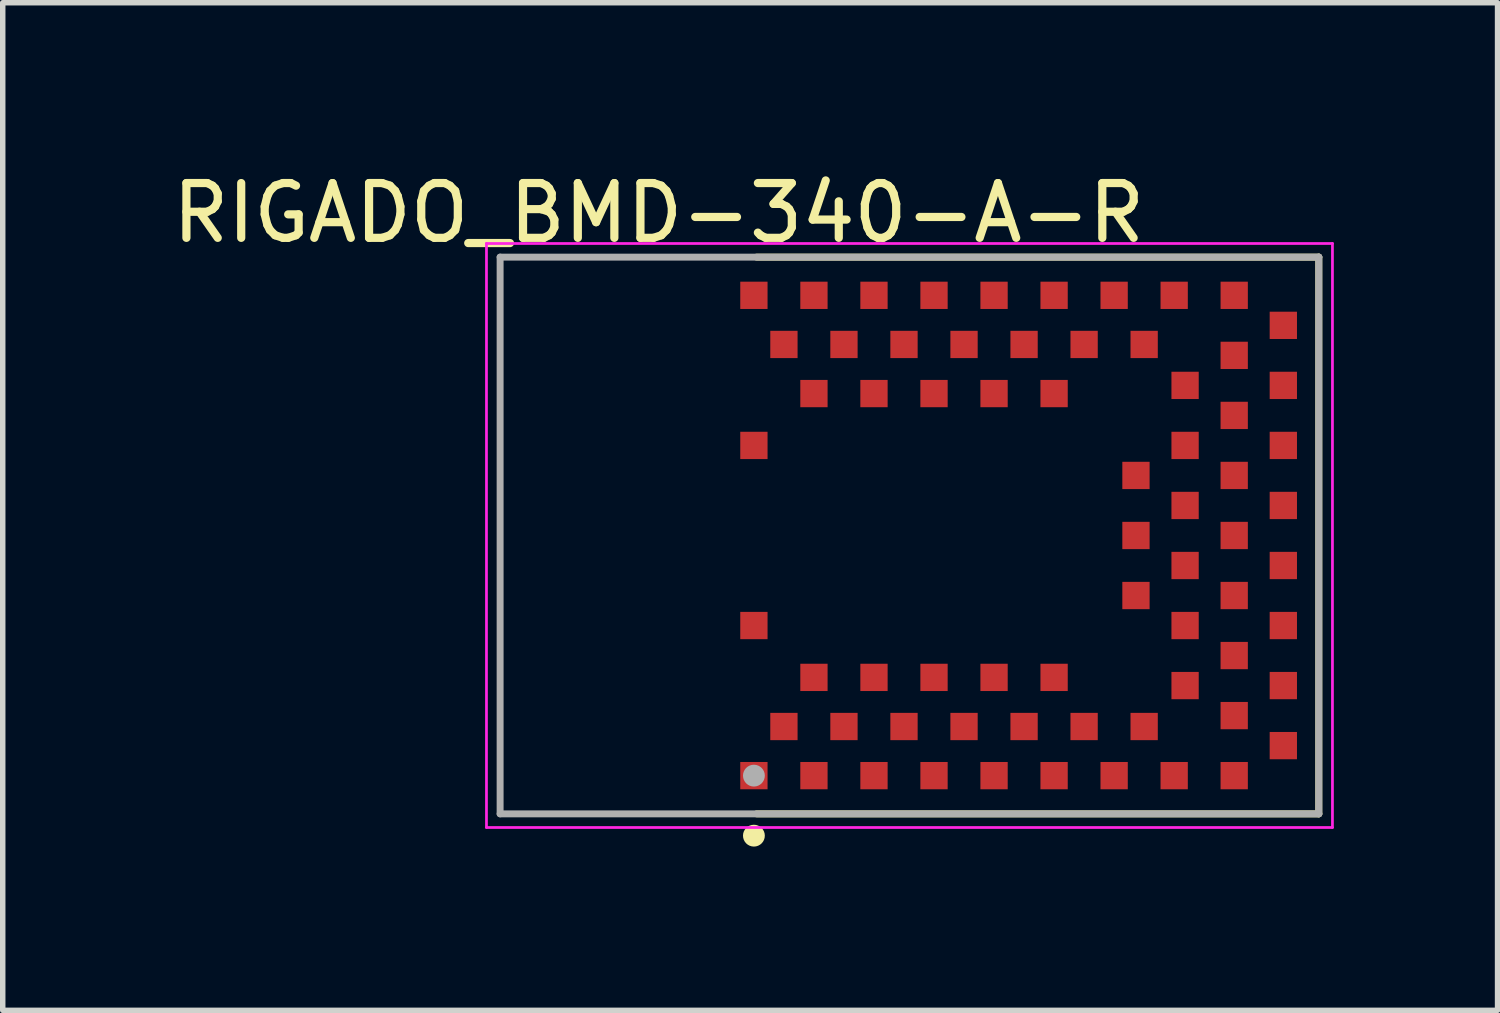
<source format=kicad_pcb>
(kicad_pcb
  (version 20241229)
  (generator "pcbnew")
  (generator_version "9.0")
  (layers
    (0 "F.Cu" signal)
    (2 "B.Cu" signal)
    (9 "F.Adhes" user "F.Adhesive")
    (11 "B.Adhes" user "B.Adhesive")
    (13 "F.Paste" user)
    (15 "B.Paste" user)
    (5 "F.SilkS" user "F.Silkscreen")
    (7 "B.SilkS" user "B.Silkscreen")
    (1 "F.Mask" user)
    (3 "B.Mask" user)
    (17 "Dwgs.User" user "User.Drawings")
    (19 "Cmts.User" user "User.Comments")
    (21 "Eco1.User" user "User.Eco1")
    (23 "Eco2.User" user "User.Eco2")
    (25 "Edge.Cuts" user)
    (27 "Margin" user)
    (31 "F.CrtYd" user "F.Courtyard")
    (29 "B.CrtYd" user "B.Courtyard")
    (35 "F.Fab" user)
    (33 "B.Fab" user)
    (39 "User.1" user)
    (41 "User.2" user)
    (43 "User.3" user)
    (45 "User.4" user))
  (footprint "RIGADO_BMD-340-A-R"
    (layer "F.Cu")
    (at 13.613 6.761)
    (property "Reference" "RIGADO_BMD-340-A-R" (at -4.594 -5.91 0) (layer "F.SilkS") (effects (font (size 1.004 1.004) (thickness 0.15))))
    (attr smd)
    (fp_line (start -2.8 5.1) (end 7.5 5.1) (stroke (width 0.127) (type solid)) (layer "F.SilkS"))
    (fp_line (start 7.5 -5.1) (end -2.8 -5.1) (stroke (width 0.127) (type solid)) (layer "F.SilkS"))
    (fp_line (start 7.5 -5.1) (end 7.5 5.1) (stroke (width 0.127) (type solid)) (layer "F.SilkS"))
    (fp_circle (center -2.85 5.5) (end -2.75 5.5) (stroke (width 0.2) (type solid)) (fill no) (layer "F.SilkS"))
    (fp_line (start -7.75 -5.35) (end -7.75 5.35) (stroke (width 0.05) (type solid)) (layer "F.CrtYd"))
    (fp_line (start -7.75 5.35) (end 7.75 5.35) (stroke (width 0.05) (type solid)) (layer "F.CrtYd"))
    (fp_line (start 7.75 -5.35) (end -7.75 -5.35) (stroke (width 0.05) (type solid)) (layer "F.CrtYd"))
    (fp_line (start 7.75 5.35) (end 7.75 -5.35) (stroke (width 0.05) (type solid)) (layer "F.CrtYd"))
    (fp_line (start -7.5 -5.1) (end 7.5 -5.1) (stroke (width 0.127) (type solid)) (layer "F.Fab"))
    (fp_line (start -7.5 5.1) (end -7.5 -5.1) (stroke (width 0.127) (type solid)) (layer "F.Fab"))
    (fp_line (start 7.5 -5.1) (end 7.5 5.1) (stroke (width 0.127) (type solid)) (layer "F.Fab"))
    (fp_line (start 7.5 5.1) (end -7.5 5.1) (stroke (width 0.127) (type solid)) (layer "F.Fab"))
    (fp_circle (center -2.85 4.4) (end -2.75 4.4) (stroke (width 0.2) (type solid)) (fill no) (layer "F.Fab"))
    (pad "1" smd rect (at -2.85 4.4) (size 0.5 0.5) (layers "F.Cu" "F.Mask" "F.Paste"))
    (pad "2" smd rect (at -2.3 3.5) (size 0.5 0.5) (layers "F.Cu" "F.Mask" "F.Paste"))
    (pad "3" smd rect (at -1.75 4.4) (size 0.5 0.5) (layers "F.Cu" "F.Mask" "F.Paste"))
    (pad "4" smd rect (at -1.2 3.5) (size 0.5 0.5) (layers "F.Cu" "F.Mask" "F.Paste"))
    (pad "5" smd rect (at -0.65 4.4) (size 0.5 0.5) (layers "F.Cu" "F.Mask" "F.Paste"))
    (pad "6" smd rect (at -0.1 3.5) (size 0.5 0.5) (layers "F.Cu" "F.Mask" "F.Paste"))
    (pad "7" smd rect (at 0.45 4.4) (size 0.5 0.5) (layers "F.Cu" "F.Mask" "F.Paste"))
    (pad "8" smd rect (at 1 3.5) (size 0.5 0.5) (layers "F.Cu" "F.Mask" "F.Paste"))
    (pad "9" smd rect (at 1.55 4.4) (size 0.5 0.5) (layers "F.Cu" "F.Mask" "F.Paste"))
    (pad "10" smd rect (at 2.1 3.5) (size 0.5 0.5) (layers "F.Cu" "F.Mask" "F.Paste"))
    (pad "11" smd rect (at 2.65 4.4) (size 0.5 0.5) (layers "F.Cu" "F.Mask" "F.Paste"))
    (pad "12" smd rect (at 3.2 3.5) (size 0.5 0.5) (layers "F.Cu" "F.Mask" "F.Paste"))
    (pad "13" smd rect (at 3.75 4.4) (size 0.5 0.5) (layers "F.Cu" "F.Mask" "F.Paste"))
    (pad "14" smd rect (at 4.3 3.5) (size 0.5 0.5) (layers "F.Cu" "F.Mask" "F.Paste"))
    (pad "15" smd rect (at 4.85 4.4) (size 0.5 0.5) (layers "F.Cu" "F.Mask" "F.Paste"))
    (pad "16" smd rect (at 5.95 4.4) (size 0.5 0.5) (layers "F.Cu" "F.Mask" "F.Paste"))
    (pad "17" smd rect (at 5.95 3.3) (size 0.5 0.5) (layers "F.Cu" "F.Mask" "F.Paste"))
    (pad "18" smd rect (at 5.05 2.75) (size 0.5 0.5) (layers "F.Cu" "F.Mask" "F.Paste"))
    (pad "19" smd rect (at 5.95 2.2) (size 0.5 0.5) (layers "F.Cu" "F.Mask" "F.Paste"))
    (pad "20" smd rect (at 5.05 1.65) (size 0.5 0.5) (layers "F.Cu" "F.Mask" "F.Paste"))
    (pad "21" smd rect (at 5.95 1.1) (size 0.5 0.5) (layers "F.Cu" "F.Mask" "F.Paste"))
    (pad "22" smd rect (at 5.05 0.55) (size 0.5 0.5) (layers "F.Cu" "F.Mask" "F.Paste"))
    (pad "23" smd rect (at 5.95 0) (size 0.5 0.5) (layers "F.Cu" "F.Mask" "F.Paste"))
    (pad "24" smd rect (at 5.05 -0.55) (size 0.5 0.5) (layers "F.Cu" "F.Mask" "F.Paste"))
    (pad "25" smd rect (at 5.95 -1.1) (size 0.5 0.5) (layers "F.Cu" "F.Mask" "F.Paste"))
    (pad "26" smd rect (at 5.05 -1.65) (size 0.5 0.5) (layers "F.Cu" "F.Mask" "F.Paste"))
    (pad "27" smd rect (at 5.95 -2.2) (size 0.5 0.5) (layers "F.Cu" "F.Mask" "F.Paste"))
    (pad "28" smd rect (at 5.05 -2.75) (size 0.5 0.5) (layers "F.Cu" "F.Mask" "F.Paste"))
    (pad "29" smd rect (at 5.95 -3.3) (size 0.5 0.5) (layers "F.Cu" "F.Mask" "F.Paste"))
    (pad "30" smd rect (at 5.95 -4.4) (size 0.5 0.5) (layers "F.Cu" "F.Mask" "F.Paste"))
    (pad "31" smd rect (at 4.85 -4.4) (size 0.5 0.5) (layers "F.Cu" "F.Mask" "F.Paste"))
    (pad "32" smd rect (at 4.3 -3.5) (size 0.5 0.5) (layers "F.Cu" "F.Mask" "F.Paste"))
    (pad "33" smd rect (at 3.75 -4.4) (size 0.5 0.5) (layers "F.Cu" "F.Mask" "F.Paste"))
    (pad "34" smd rect (at 3.2 -3.5) (size 0.5 0.5) (layers "F.Cu" "F.Mask" "F.Paste"))
    (pad "35" smd rect (at 2.65 -4.4) (size 0.5 0.5) (layers "F.Cu" "F.Mask" "F.Paste"))
    (pad "36" smd rect (at 2.1 -3.5) (size 0.5 0.5) (layers "F.Cu" "F.Mask" "F.Paste"))
    (pad "37" smd rect (at 1.55 -4.4) (size 0.5 0.5) (layers "F.Cu" "F.Mask" "F.Paste"))
    (pad "38" smd rect (at 1 -3.5) (size 0.5 0.5) (layers "F.Cu" "F.Mask" "F.Paste"))
    (pad "39" smd rect (at 0.45 -4.4) (size 0.5 0.5) (layers "F.Cu" "F.Mask" "F.Paste"))
    (pad "40" smd rect (at -0.1 -3.5) (size 0.5 0.5) (layers "F.Cu" "F.Mask" "F.Paste"))
    (pad "41" smd rect (at -0.65 -4.4) (size 0.5 0.5) (layers "F.Cu" "F.Mask" "F.Paste"))
    (pad "42" smd rect (at -1.2 -3.5) (size 0.5 0.5) (layers "F.Cu" "F.Mask" "F.Paste"))
    (pad "43" smd rect (at -1.75 -4.4) (size 0.5 0.5) (layers "F.Cu" "F.Mask" "F.Paste"))
    (pad "44" smd rect (at -2.3 -3.5) (size 0.5 0.5) (layers "F.Cu" "F.Mask" "F.Paste"))
    (pad "45" smd rect (at -2.85 -4.4) (size 0.5 0.5) (layers "F.Cu" "F.Mask" "F.Paste"))
    (pad "46" smd rect (at -2.85 -1.65) (size 0.5 0.5) (layers "F.Cu" "F.Mask" "F.Paste"))
    (pad "47" smd rect (at -2.85 1.65) (size 0.5 0.5) (layers "F.Cu" "F.Mask" "F.Paste"))
    (pad "48" smd rect (at -1.75 2.6) (size 0.5 0.5) (layers "F.Cu" "F.Mask" "F.Paste"))
    (pad "49" smd rect (at -0.65 2.6) (size 0.5 0.5) (layers "F.Cu" "F.Mask" "F.Paste"))
    (pad "50" smd rect (at 0.45 2.6) (size 0.5 0.5) (layers "F.Cu" "F.Mask" "F.Paste"))
    (pad "51" smd rect (at 1.55 2.6) (size 0.5 0.5) (layers "F.Cu" "F.Mask" "F.Paste"))
    (pad "52" smd rect (at 2.65 2.6) (size 0.5 0.5) (layers "F.Cu" "F.Mask" "F.Paste"))
    (pad "53" smd rect (at 4.15 1.1) (size 0.5 0.5) (layers "F.Cu" "F.Mask" "F.Paste"))
    (pad "54" smd rect (at 4.15 0) (size 0.5 0.5) (layers "F.Cu" "F.Mask" "F.Paste"))
    (pad "55" smd rect (at 4.15 -1.1) (size 0.5 0.5) (layers "F.Cu" "F.Mask" "F.Paste"))
    (pad "56" smd rect (at 2.65 -2.6) (size 0.5 0.5) (layers "F.Cu" "F.Mask" "F.Paste"))
    (pad "57" smd rect (at 1.55 -2.6) (size 0.5 0.5) (layers "F.Cu" "F.Mask" "F.Paste"))
    (pad "58" smd rect (at 0.45 -2.6) (size 0.5 0.5) (layers "F.Cu" "F.Mask" "F.Paste"))
    (pad "59" smd rect (at -0.65 -2.6) (size 0.5 0.5) (layers "F.Cu" "F.Mask" "F.Paste"))
    (pad "60" smd rect (at -1.75 -2.6) (size 0.5 0.5) (layers "F.Cu" "F.Mask" "F.Paste"))
    (pad "61" smd rect (at 6.85 3.85) (size 0.5 0.5) (layers "F.Cu" "F.Mask" "F.Paste"))
    (pad "62" smd rect (at 6.85 2.75) (size 0.5 0.5) (layers "F.Cu" "F.Mask" "F.Paste"))
    (pad "63" smd rect (at 6.85 1.65) (size 0.5 0.5) (layers "F.Cu" "F.Mask" "F.Paste"))
    (pad "64" smd rect (at 6.85 0.55) (size 0.5 0.5) (layers "F.Cu" "F.Mask" "F.Paste"))
    (pad "65" smd rect (at 6.85 -0.55) (size 0.5 0.5) (layers "F.Cu" "F.Mask" "F.Paste"))
    (pad "66" smd rect (at 6.85 -1.65) (size 0.5 0.5) (layers "F.Cu" "F.Mask" "F.Paste"))
    (pad "67" smd rect (at 6.85 -2.75) (size 0.5 0.5) (layers "F.Cu" "F.Mask" "F.Paste"))
    (pad "68" smd rect (at 6.85 -3.85) (size 0.5 0.5) (layers "F.Cu" "F.Mask" "F.Paste"))
    (zone (net_name "") (layer "F.Cu") (hatch full 0.508) (connect_pads) (min_thickness 0.01) (filled_areas_thickness no) (keepout (tracks not_allowed) (vias not_allowed) (pads not_allowed) (copperpour not_allowed) (footprints allowed)) (placement (enabled no)) (fill) (polygon (pts (xy 6.094 1.661) (xy 10.513 1.661) (xy 10.513 11.874) (xy 6.094 11.874))))
    (zone (net_name "") (layers "F.Cu" "B.Cu") (hatch full 0.508) (connect_pads) (min_thickness 0.01) (filled_areas_thickness no) (keepout (tracks allowed) (vias not_allowed) (pads allowed) (copperpour allowed) (footprints allowed)) (placement (enabled no)) (fill) (polygon (pts (xy 6.102 1.661) (xy 10.513 1.661) (xy 10.513 11.869) (xy 6.102 11.869)))))
  (gr_rect
    (start -3 -3)
    (end 24.388 15.461)
    (stroke (width 0.1) (type default))
    (fill no)
    (layer "Edge.Cuts")))
</source>
